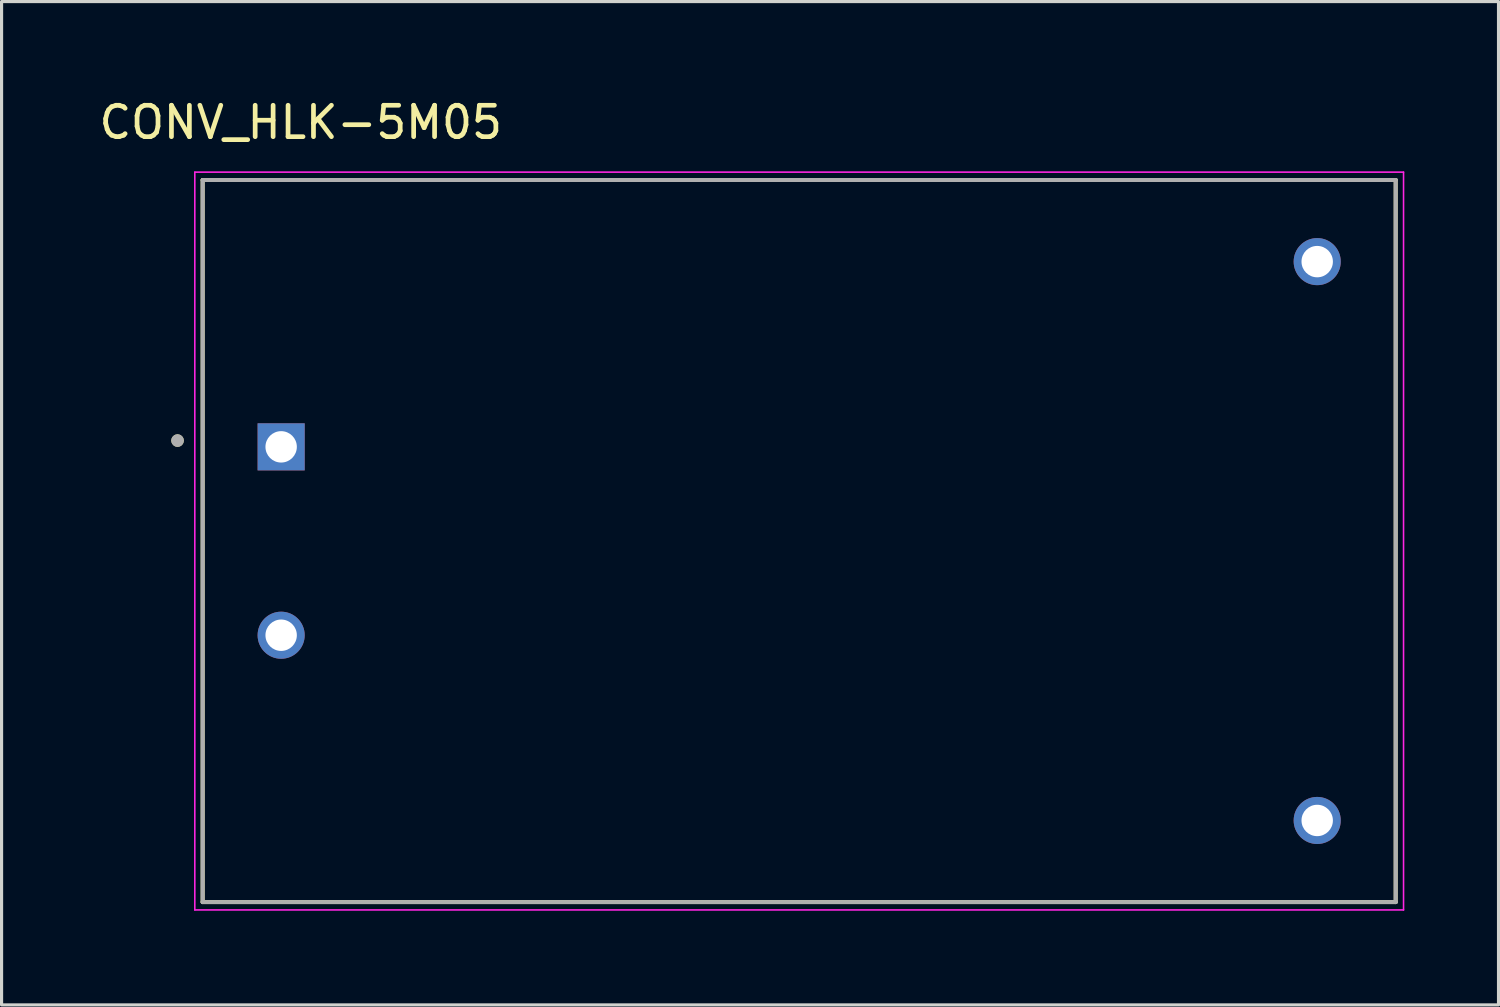
<source format=kicad_pcb>
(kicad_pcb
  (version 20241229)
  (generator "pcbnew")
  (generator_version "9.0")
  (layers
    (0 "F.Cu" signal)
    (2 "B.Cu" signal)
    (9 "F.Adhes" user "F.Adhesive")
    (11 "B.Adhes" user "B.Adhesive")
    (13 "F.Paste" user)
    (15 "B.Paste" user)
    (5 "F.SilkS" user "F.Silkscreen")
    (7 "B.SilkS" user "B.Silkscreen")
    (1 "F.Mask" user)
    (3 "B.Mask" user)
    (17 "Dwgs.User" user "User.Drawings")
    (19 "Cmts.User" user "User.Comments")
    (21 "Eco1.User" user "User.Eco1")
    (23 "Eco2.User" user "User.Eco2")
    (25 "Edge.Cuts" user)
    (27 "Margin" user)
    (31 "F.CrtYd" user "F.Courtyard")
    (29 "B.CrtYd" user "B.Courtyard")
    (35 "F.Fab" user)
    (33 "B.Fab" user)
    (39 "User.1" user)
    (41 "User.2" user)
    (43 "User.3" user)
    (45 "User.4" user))
  (footprint "CONV_HLK-5M05"
    (layer "F.Cu")
    (at 22.405 14.183)
    (property "Reference" "CONV_HLK-5M05" (at -15.875 -13.335 0) (layer "F.SilkS") (effects (font (size 1 1) (thickness 0.15))))
    (attr through_hole)
    (fp_line (start -19 -11.5) (end -19 11.5) (stroke (width 0.127) (type solid)) (layer "F.SilkS"))
    (fp_line (start -19 11.5) (end 19 11.5) (stroke (width 0.127) (type solid)) (layer "F.SilkS"))
    (fp_line (start 19 -11.5) (end -19 -11.5) (stroke (width 0.127) (type solid)) (layer "F.SilkS"))
    (fp_line (start 19 11.5) (end 19 -11.5) (stroke (width 0.127) (type solid)) (layer "F.SilkS"))
    (fp_circle (center -19.8 -3.2) (end -19.7 -3.2) (stroke (width 0.2) (type solid)) (fill no) (layer "F.SilkS"))
    (fp_line (start -19.25 -11.75) (end 19.25 -11.75) (stroke (width 0.05) (type solid)) (layer "F.CrtYd"))
    (fp_line (start -19.25 11.75) (end -19.25 -11.75) (stroke (width 0.05) (type solid)) (layer "F.CrtYd"))
    (fp_line (start 19.25 -11.75) (end 19.25 11.75) (stroke (width 0.05) (type solid)) (layer "F.CrtYd"))
    (fp_line (start 19.25 11.75) (end -19.25 11.75) (stroke (width 0.05) (type solid)) (layer "F.CrtYd"))
    (fp_line (start -19 -11.5) (end -19 11.5) (stroke (width 0.127) (type solid)) (layer "F.Fab"))
    (fp_line (start -19 11.5) (end 19 11.5) (stroke (width 0.127) (type solid)) (layer "F.Fab"))
    (fp_line (start 19 -11.5) (end -19 -11.5) (stroke (width 0.127) (type solid)) (layer "F.Fab"))
    (fp_line (start 19 11.5) (end 19 -11.5) (stroke (width 0.127) (type solid)) (layer "F.Fab"))
    (fp_circle (center -19.8 -3.2) (end -19.7 -3.2) (stroke (width 0.2) (type solid)) (fill no) (layer "F.Fab"))
    (pad "1" thru_hole rect (at -16.5 -3) (size 1.5 1.5) (drill 1) (layers "*.Cu" "*.Mask"))
    (pad "2" thru_hole circle (at -16.5 3) (size 1.5 1.5) (drill 1) (layers "*.Cu" "*.Mask"))
    (pad "3" thru_hole circle (at 16.5 -8.9) (size 1.5 1.5) (drill 1) (layers "*.Cu" "*.Mask"))
    (pad "4" thru_hole circle (at 16.5 8.9) (size 1.5 1.5) (drill 1) (layers "*.Cu" "*.Mask")))
  (gr_rect
    (start -3 -3)
    (end 44.68 28.958)
    (stroke (width 0.1) (type default))
    (fill no)
    (layer "Edge.Cuts")))
</source>
